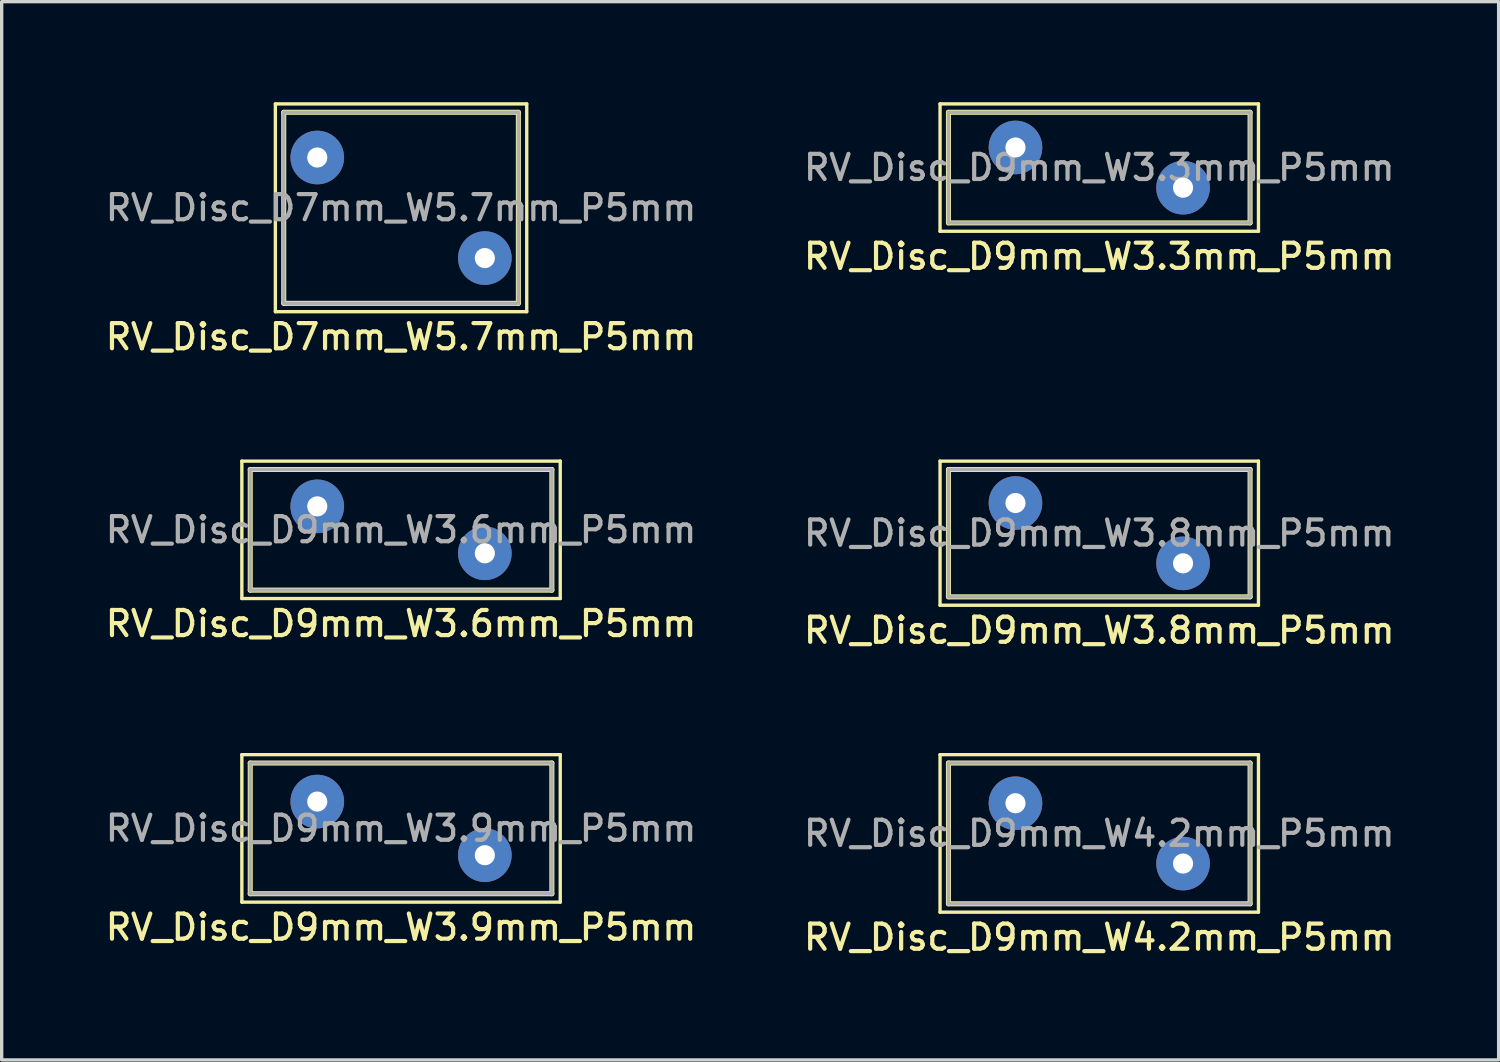
<source format=kicad_pcb>
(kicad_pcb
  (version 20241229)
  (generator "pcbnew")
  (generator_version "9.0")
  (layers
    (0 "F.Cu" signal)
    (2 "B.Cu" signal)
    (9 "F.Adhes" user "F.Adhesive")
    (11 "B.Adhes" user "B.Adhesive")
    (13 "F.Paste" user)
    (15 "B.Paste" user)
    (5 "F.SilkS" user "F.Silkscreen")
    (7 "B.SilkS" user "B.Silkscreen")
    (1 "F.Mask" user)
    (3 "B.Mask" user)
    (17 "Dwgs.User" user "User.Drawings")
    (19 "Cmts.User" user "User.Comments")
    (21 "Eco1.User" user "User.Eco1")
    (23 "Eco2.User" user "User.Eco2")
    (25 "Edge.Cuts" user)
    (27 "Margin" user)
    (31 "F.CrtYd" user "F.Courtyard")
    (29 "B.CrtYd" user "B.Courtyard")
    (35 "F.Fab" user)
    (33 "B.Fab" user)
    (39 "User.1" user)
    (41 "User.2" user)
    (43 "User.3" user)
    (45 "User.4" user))
  (footprint "RV_Disc_D9mm_W3.6mm_P5mm"
    (layer "F.Cu")
    (at 6.416 12.058)
    (property "Reference" "RV_Disc_D9mm_W3.6mm_P5mm" (at 2.5 3.5 0) (layer "F.SilkS") (effects (font (size 0.75 0.75) (thickness 0.125))))
    (attr through_hole)
    (fp_line (start -2.25 -1.35) (end -2.25 2.75) (stroke (width 0.1) (type solid)) (layer "F.SilkS"))
    (fp_line (start -2.25 -1.35) (end 7.25 -1.35) (stroke (width 0.1) (type solid)) (layer "F.SilkS"))
    (fp_line (start -2.25 2.75) (end 7.25 2.75) (stroke (width 0.1) (type solid)) (layer "F.SilkS"))
    (fp_line (start -2 -1.1) (end -2 2.5) (stroke (width 0.15) (type solid)) (layer "F.SilkS"))
    (fp_line (start -2 -1.1) (end 7 -1.1) (stroke (width 0.15) (type solid)) (layer "F.SilkS"))
    (fp_line (start -2 2.5) (end 7 2.5) (stroke (width 0.15) (type solid)) (layer "F.SilkS"))
    (fp_line (start 7 -1.1) (end 7 2.5) (stroke (width 0.15) (type solid)) (layer "F.SilkS"))
    (fp_line (start 7.25 -1.35) (end 7.25 2.75) (stroke (width 0.1) (type solid)) (layer "F.SilkS"))
    (fp_line (start -2 -1.1) (end -2 2.5) (stroke (width 0.1) (type solid)) (layer "F.Fab"))
    (fp_line (start -2 -1.1) (end 7 -1.1) (stroke (width 0.1) (type solid)) (layer "F.Fab"))
    (fp_line (start -2 2.5) (end 7 2.5) (stroke (width 0.1) (type solid)) (layer "F.Fab"))
    (fp_line (start 7 -1.1) (end 7 2.5) (stroke (width 0.1) (type solid)) (layer "F.Fab"))
    (fp_text user "${REFERENCE}" (at 2.5 0.7 0) (layer "F.Fab") (effects (font (size 0.75 0.75) (thickness 0.125))))
    (pad "1" thru_hole circle (at 0 0) (size 1.6 1.6) (drill 0.6) (layers "*.Cu" "*.Mask"))
    (pad "2" thru_hole circle (at 5 1.4) (size 1.6 1.6) (drill 0.6) (layers "*.Cu" "*.Mask")))
  (footprint "RV_Disc_D9mm_W3.8mm_P5mm"
    (layer "F.Cu")
    (at 27.248 11.958)
    (property "Reference" "RV_Disc_D9mm_W3.8mm_P5mm" (at 2.5 3.8 0) (layer "F.SilkS") (effects (font (size 0.75 0.75) (thickness 0.125))))
    (attr through_hole)
    (fp_line (start -2.25 -1.25) (end -2.25 3.05) (stroke (width 0.1) (type solid)) (layer "F.SilkS"))
    (fp_line (start -2.25 -1.25) (end 7.25 -1.25) (stroke (width 0.1) (type solid)) (layer "F.SilkS"))
    (fp_line (start -2.25 3.05) (end 7.25 3.05) (stroke (width 0.1) (type solid)) (layer "F.SilkS"))
    (fp_line (start -2 -1) (end -2 2.8) (stroke (width 0.15) (type solid)) (layer "F.SilkS"))
    (fp_line (start -2 -1) (end 7 -1) (stroke (width 0.15) (type solid)) (layer "F.SilkS"))
    (fp_line (start -2 2.8) (end 7 2.8) (stroke (width 0.15) (type solid)) (layer "F.SilkS"))
    (fp_line (start 7 -1) (end 7 2.8) (stroke (width 0.15) (type solid)) (layer "F.SilkS"))
    (fp_line (start 7.25 -1.25) (end 7.25 3.05) (stroke (width 0.1) (type solid)) (layer "F.SilkS"))
    (fp_line (start -2 -1) (end -2 2.8) (stroke (width 0.1) (type solid)) (layer "F.Fab"))
    (fp_line (start -2 -1) (end 7 -1) (stroke (width 0.1) (type solid)) (layer "F.Fab"))
    (fp_line (start -2 2.8) (end 7 2.8) (stroke (width 0.1) (type solid)) (layer "F.Fab"))
    (fp_line (start 7 -1) (end 7 2.8) (stroke (width 0.1) (type solid)) (layer "F.Fab"))
    (fp_text user "${REFERENCE}" (at 2.5 0.9 0) (layer "F.Fab") (effects (font (size 0.75 0.75) (thickness 0.125))))
    (pad "1" thru_hole circle (at 0 0) (size 1.6 1.6) (drill 0.6) (layers "*.Cu" "*.Mask"))
    (pad "2" thru_hole circle (at 5 1.8) (size 1.6 1.6) (drill 0.6) (layers "*.Cu" "*.Mask")))
  (footprint "RV_Disc_D9mm_W4.2mm_P5mm"
    (layer "F.Cu")
    (at 27.248 20.916)
    (property "Reference" "RV_Disc_D9mm_W4.2mm_P5mm" (at 2.5 4 0) (layer "F.SilkS") (effects (font (size 0.75 0.75) (thickness 0.125))))
    (attr through_hole)
    (fp_line (start -2.25 -1.45) (end -2.25 3.25) (stroke (width 0.1) (type solid)) (layer "F.SilkS"))
    (fp_line (start -2.25 -1.45) (end 7.25 -1.45) (stroke (width 0.1) (type solid)) (layer "F.SilkS"))
    (fp_line (start -2.25 3.25) (end 7.25 3.25) (stroke (width 0.1) (type solid)) (layer "F.SilkS"))
    (fp_line (start -2 -1.2) (end -2 3) (stroke (width 0.15) (type solid)) (layer "F.SilkS"))
    (fp_line (start -2 -1.2) (end 7 -1.2) (stroke (width 0.15) (type solid)) (layer "F.SilkS"))
    (fp_line (start -2 3) (end 7 3) (stroke (width 0.15) (type solid)) (layer "F.SilkS"))
    (fp_line (start 7 -1.2) (end 7 3) (stroke (width 0.15) (type solid)) (layer "F.SilkS"))
    (fp_line (start 7.25 -1.45) (end 7.25 3.25) (stroke (width 0.1) (type solid)) (layer "F.SilkS"))
    (fp_line (start -2 -1.2) (end -2 3) (stroke (width 0.1) (type solid)) (layer "F.Fab"))
    (fp_line (start -2 -1.2) (end 7 -1.2) (stroke (width 0.1) (type solid)) (layer "F.Fab"))
    (fp_line (start -2 3) (end 7 3) (stroke (width 0.1) (type solid)) (layer "F.Fab"))
    (fp_line (start 7 -1.2) (end 7 3) (stroke (width 0.1) (type solid)) (layer "F.Fab"))
    (fp_text user "${REFERENCE}" (at 2.5 0.9 0) (layer "F.Fab") (effects (font (size 0.75 0.75) (thickness 0.125))))
    (pad "1" thru_hole circle (at 0 0) (size 1.6 1.6) (drill 0.6) (layers "*.Cu" "*.Mask"))
    (pad "2" thru_hole circle (at 5 1.8) (size 1.6 1.6) (drill 0.6) (layers "*.Cu" "*.Mask")))
  (footprint "RV_Disc_D9mm_W3.9mm_P5mm"
    (layer "F.Cu")
    (at 6.416 20.866)
    (property "Reference" "RV_Disc_D9mm_W3.9mm_P5mm" (at 2.5 3.75 0) (layer "F.SilkS") (effects (font (size 0.75 0.75) (thickness 0.125))))
    (attr through_hole)
    (fp_line (start -2.25 -1.4) (end -2.25 3) (stroke (width 0.1) (type solid)) (layer "F.SilkS"))
    (fp_line (start -2.25 -1.4) (end 7.25 -1.4) (stroke (width 0.1) (type solid)) (layer "F.SilkS"))
    (fp_line (start -2.25 3) (end 7.25 3) (stroke (width 0.1) (type solid)) (layer "F.SilkS"))
    (fp_line (start -2 -1.15) (end -2 2.75) (stroke (width 0.15) (type solid)) (layer "F.SilkS"))
    (fp_line (start -2 -1.15) (end 7 -1.15) (stroke (width 0.15) (type solid)) (layer "F.SilkS"))
    (fp_line (start -2 2.75) (end 7 2.75) (stroke (width 0.15) (type solid)) (layer "F.SilkS"))
    (fp_line (start 7 -1.15) (end 7 2.75) (stroke (width 0.15) (type solid)) (layer "F.SilkS"))
    (fp_line (start 7.25 -1.4) (end 7.25 3) (stroke (width 0.1) (type solid)) (layer "F.SilkS"))
    (fp_line (start -2 -1.15) (end -2 2.75) (stroke (width 0.1) (type solid)) (layer "F.Fab"))
    (fp_line (start -2 -1.15) (end 7 -1.15) (stroke (width 0.1) (type solid)) (layer "F.Fab"))
    (fp_line (start -2 2.75) (end 7 2.75) (stroke (width 0.1) (type solid)) (layer "F.Fab"))
    (fp_line (start 7 -1.15) (end 7 2.75) (stroke (width 0.1) (type solid)) (layer "F.Fab"))
    (fp_text user "${REFERENCE}" (at 2.5 0.8 0) (layer "F.Fab") (effects (font (size 0.75 0.75) (thickness 0.125))))
    (pad "1" thru_hole circle (at 0 0) (size 1.6 1.6) (drill 0.6) (layers "*.Cu" "*.Mask"))
    (pad "2" thru_hole circle (at 5 1.6) (size 1.6 1.6) (drill 0.6) (layers "*.Cu" "*.Mask")))
  (footprint "RV_Disc_D9mm_W3.3mm_P5mm"
    (layer "F.Cu")
    (at 27.248 1.35)
    (property "Reference" "RV_Disc_D9mm_W3.3mm_P5mm" (at 2.5 3.25 0) (layer "F.SilkS") (effects (font (size 0.75 0.75) (thickness 0.125))))
    (attr through_hole)
    (fp_line (start -2.25 -1.3) (end -2.25 2.5) (stroke (width 0.1) (type solid)) (layer "F.SilkS"))
    (fp_line (start -2.25 -1.3) (end 7.25 -1.3) (stroke (width 0.1) (type solid)) (layer "F.SilkS"))
    (fp_line (start -2.25 2.5) (end 7.25 2.5) (stroke (width 0.1) (type solid)) (layer "F.SilkS"))
    (fp_line (start -2 -1.05) (end -2 2.25) (stroke (width 0.15) (type solid)) (layer "F.SilkS"))
    (fp_line (start -2 -1.05) (end 7 -1.05) (stroke (width 0.15) (type solid)) (layer "F.SilkS"))
    (fp_line (start -2 2.25) (end 7 2.25) (stroke (width 0.15) (type solid)) (layer "F.SilkS"))
    (fp_line (start 7 -1.05) (end 7 2.25) (stroke (width 0.15) (type solid)) (layer "F.SilkS"))
    (fp_line (start 7.25 -1.3) (end 7.25 2.5) (stroke (width 0.1) (type solid)) (layer "F.SilkS"))
    (fp_line (start -2 -1.05) (end -2 2.25) (stroke (width 0.1) (type solid)) (layer "F.Fab"))
    (fp_line (start -2 -1.05) (end 7 -1.05) (stroke (width 0.1) (type solid)) (layer "F.Fab"))
    (fp_line (start -2 2.25) (end 7 2.25) (stroke (width 0.1) (type solid)) (layer "F.Fab"))
    (fp_line (start 7 -1.05) (end 7 2.25) (stroke (width 0.1) (type solid)) (layer "F.Fab"))
    (fp_text user "${REFERENCE}" (at 2.5 0.6 0) (layer "F.Fab") (effects (font (size 0.75 0.75) (thickness 0.125))))
    (pad "1" thru_hole circle (at 0 0) (size 1.6 1.6) (drill 0.6) (layers "*.Cu" "*.Mask"))
    (pad "2" thru_hole circle (at 5 1.2) (size 1.6 1.6) (drill 0.6) (layers "*.Cu" "*.Mask")))
  (footprint "RV_Disc_D7mm_W5.7mm_P5mm"
    (layer "F.Cu")
    (at 6.416 1.65)
    (property "Reference" "RV_Disc_D7mm_W5.7mm_P5mm" (at 2.5 5.35 0) (layer "F.SilkS") (effects (font (size 0.75 0.75) (thickness 0.125))))
    (attr through_hole)
    (fp_line (start -1.25 -1.6) (end -1.25 4.6) (stroke (width 0.1) (type solid)) (layer "F.SilkS"))
    (fp_line (start -1.25 -1.6) (end 6.25 -1.6) (stroke (width 0.1) (type solid)) (layer "F.SilkS"))
    (fp_line (start -1.25 4.6) (end 6.25 4.6) (stroke (width 0.1) (type solid)) (layer "F.SilkS"))
    (fp_line (start -1 -1.35) (end -1 4.35) (stroke (width 0.15) (type solid)) (layer "F.SilkS"))
    (fp_line (start -1 -1.35) (end 6 -1.35) (stroke (width 0.15) (type solid)) (layer "F.SilkS"))
    (fp_line (start -1 4.35) (end 6 4.35) (stroke (width 0.15) (type solid)) (layer "F.SilkS"))
    (fp_line (start 6 -1.35) (end 6 4.35) (stroke (width 0.15) (type solid)) (layer "F.SilkS"))
    (fp_line (start 6.25 -1.6) (end 6.25 4.6) (stroke (width 0.1) (type solid)) (layer "F.SilkS"))
    (fp_line (start -1 -1.35) (end -1 4.35) (stroke (width 0.1) (type solid)) (layer "F.Fab"))
    (fp_line (start -1 -1.35) (end 6 -1.35) (stroke (width 0.1) (type solid)) (layer "F.Fab"))
    (fp_line (start -1 4.35) (end 6 4.35) (stroke (width 0.1) (type solid)) (layer "F.Fab"))
    (fp_line (start 6 -1.35) (end 6 4.35) (stroke (width 0.1) (type solid)) (layer "F.Fab"))
    (fp_text user "${REFERENCE}" (at 2.5 1.5 0) (layer "F.Fab") (effects (font (size 0.75 0.75) (thickness 0.125))))
    (pad "1" thru_hole circle (at 0 0) (size 1.6 1.6) (drill 0.6) (layers "*.Cu" "*.Mask"))
    (pad "2" thru_hole circle (at 5 3) (size 1.6 1.6) (drill 0.6) (layers "*.Cu" "*.Mask")))
  (gr_rect
    (start -3 -3)
    (end 41.664 28.574)
    (stroke (width 0.1) (type default))
    (fill no)
    (layer "Edge.Cuts")))
</source>
